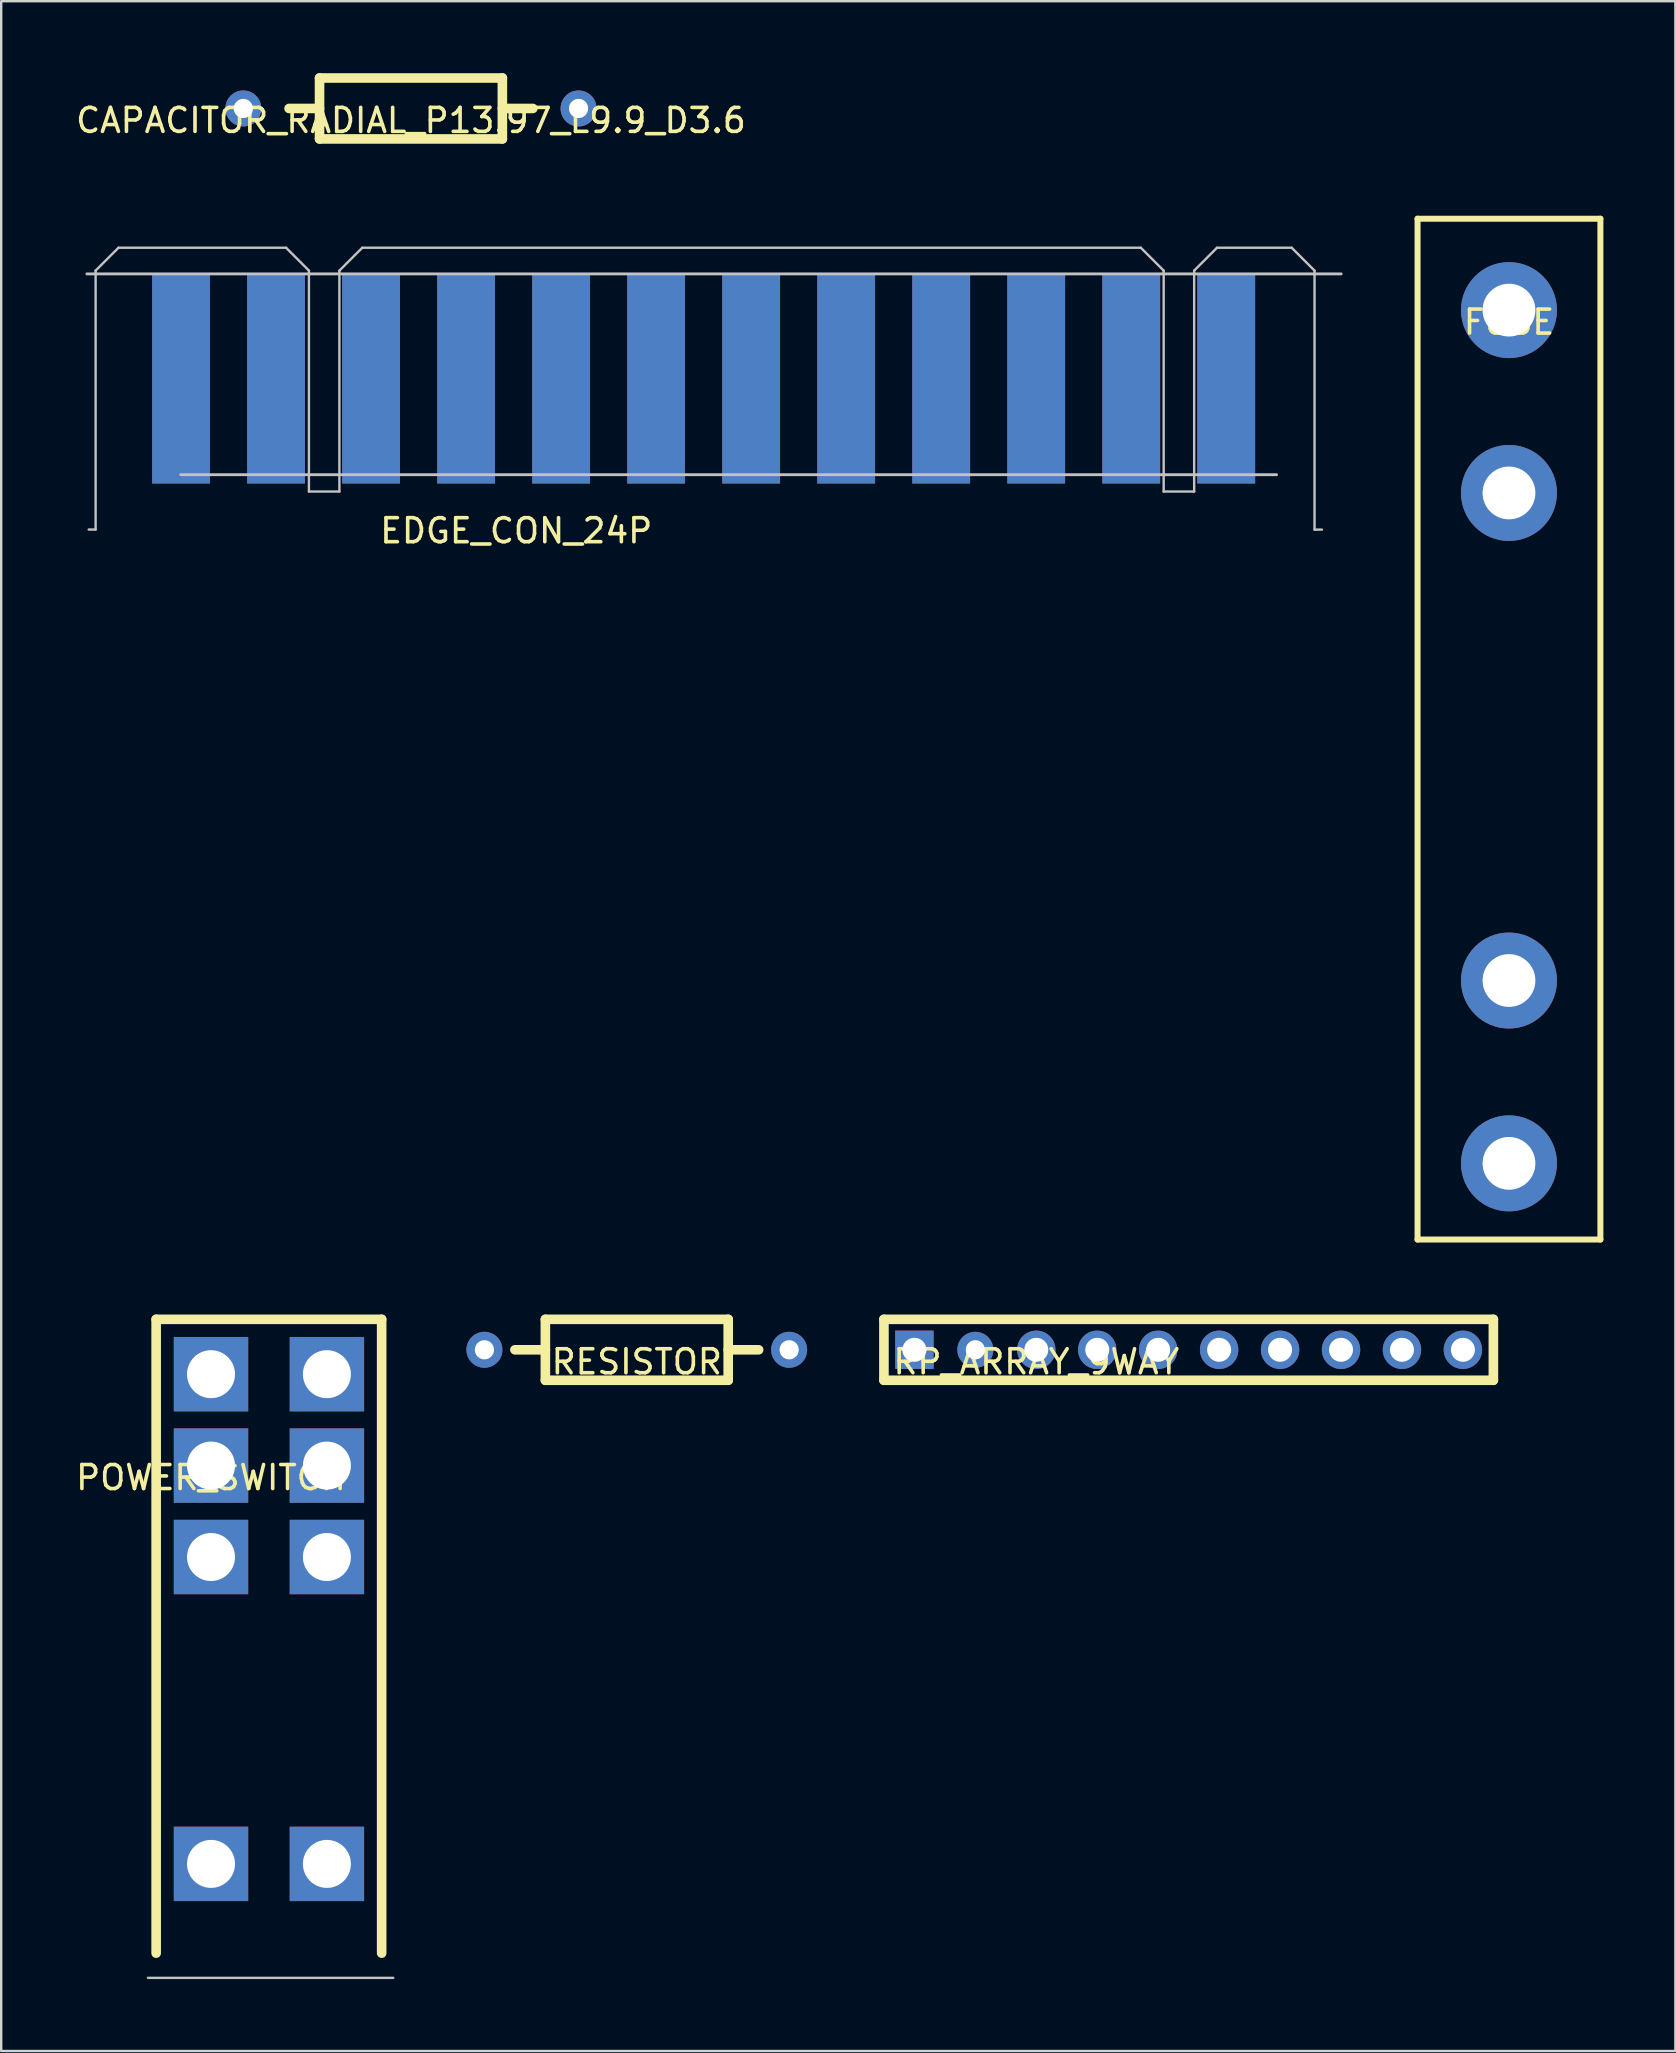
<source format=kicad_pcb>
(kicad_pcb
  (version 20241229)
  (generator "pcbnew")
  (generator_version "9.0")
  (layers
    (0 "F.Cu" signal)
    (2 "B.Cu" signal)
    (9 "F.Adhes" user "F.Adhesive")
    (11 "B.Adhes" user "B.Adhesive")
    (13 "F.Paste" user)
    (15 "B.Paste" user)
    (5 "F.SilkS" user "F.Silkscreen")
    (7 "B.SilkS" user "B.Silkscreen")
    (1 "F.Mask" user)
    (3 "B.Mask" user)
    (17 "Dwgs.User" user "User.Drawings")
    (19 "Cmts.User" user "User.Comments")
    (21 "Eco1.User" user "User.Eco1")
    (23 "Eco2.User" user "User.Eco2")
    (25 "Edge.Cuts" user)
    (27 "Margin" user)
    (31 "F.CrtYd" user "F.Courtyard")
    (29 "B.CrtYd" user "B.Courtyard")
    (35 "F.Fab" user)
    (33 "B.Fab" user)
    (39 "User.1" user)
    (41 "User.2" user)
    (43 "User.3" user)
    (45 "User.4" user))
  (footprint "EDGE_CON_24P"
    (layer "F.Cu")
    (at 4.495 12.34)
    (property "Reference" "EDGE_CON_24P" (at 13.97 6.731 0) (layer "F.SilkS") (effects (font (size 1 1) (thickness 0.15))))
    (attr through_hole)
    (fp_poly (pts (xy -4.445 -6.35) (xy 48.26 -6.35) (xy 48.26 5.08) (xy -4.445 5.08)) (stroke (width 0.1) (type solid)) (fill yes) (layer "F.Mask"))
    (fp_poly (pts (xy -4.445 5.08) (xy 48.26 5.08) (xy 48.26 -6.35) (xy -4.445 -6.35)) (stroke (width 0.1) (type solid)) (fill yes) (layer "B.Mask"))
    (fp_line (start -3.924 -3.975) (end 48.349 -3.975) (stroke (width 0.12) (type solid)) (layer "Dwgs.User"))
    (fp_line (start -3.56 -4.112) (end -2.607 -5.065) (stroke (width 0.1) (type solid)) (layer "Dwgs.User"))
    (fp_line (start -3.56 6.68) (end -3.848 6.68) (stroke (width 0.1) (type solid)) (layer "Dwgs.User"))
    (fp_line (start -3.56 6.68) (end -3.56 -4.112) (stroke (width 0.1) (type solid)) (layer "Dwgs.User"))
    (fp_line (start -2.607 -5.065) (end 4.378 -5.065) (stroke (width 0.1) (type solid)) (layer "Dwgs.User"))
    (fp_line (start -0.013 4.394) (end 45.657 4.394) (stroke (width 0.12) (type solid)) (layer "Dwgs.User"))
    (fp_line (start 4.378 -5.065) (end 5.33 -4.112) (stroke (width 0.1) (type solid)) (layer "Dwgs.User"))
    (fp_line (start 5.33 -4.112) (end 5.33 5.095) (stroke (width 0.1) (type solid)) (layer "Dwgs.User"))
    (fp_line (start 5.33 5.095) (end 6.6 5.095) (stroke (width 0.1) (type solid)) (layer "Dwgs.User"))
    (fp_line (start 6.6 -4.112) (end 7.553 -5.065) (stroke (width 0.1) (type solid)) (layer "Dwgs.User"))
    (fp_line (start 6.6 5.095) (end 6.6 -4.112) (stroke (width 0.1) (type solid)) (layer "Dwgs.User"))
    (fp_line (start 7.553 -5.065) (end 40.001 -5.065) (stroke (width 0.1) (type solid)) (layer "Dwgs.User"))
    (fp_line (start 40.953 -4.112) (end 40.001 -5.065) (stroke (width 0.1) (type solid)) (layer "Dwgs.User"))
    (fp_line (start 40.953 -4.112) (end 40.953 5.095) (stroke (width 0.1) (type solid)) (layer "Dwgs.User"))
    (fp_line (start 40.953 5.095) (end 42.224 5.095) (stroke (width 0.1) (type solid)) (layer "Dwgs.User"))
    (fp_line (start 42.224 -4.112) (end 43.176 -5.065) (stroke (width 0.1) (type solid)) (layer "Dwgs.User"))
    (fp_line (start 42.224 5.095) (end 42.224 -4.112) (stroke (width 0.1) (type solid)) (layer "Dwgs.User"))
    (fp_line (start 43.176 -5.065) (end 46.288 -5.065) (stroke (width 0.1) (type solid)) (layer "Dwgs.User"))
    (fp_line (start 46.288 -5.065) (end 47.24 -4.112) (stroke (width 0.1) (type solid)) (layer "Dwgs.User"))
    (fp_line (start 47.24 -4.112) (end 47.24 6.683) (stroke (width 0.1) (type solid)) (layer "Dwgs.User"))
    (fp_line (start 47.24 6.683) (end 47.549 6.683) (stroke (width 0.1) (type solid)) (layer "Dwgs.User"))
    (pad "1" connect rect (at 43.56 0.381) (size 2.41 8.76) (layers "F.Cu" "F.Mask"))
    (pad "2" connect rect (at 39.6 0.381) (size 2.41 8.76) (layers "F.Cu" "F.Mask"))
    (pad "3" connect rect (at 35.64 0.381) (size 2.41 8.76) (layers "F.Cu" "F.Mask"))
    (pad "4" connect rect (at 31.68 0.381) (size 2.41 8.76) (layers "F.Cu" "F.Mask"))
    (pad "5" connect rect (at 27.72 0.381) (size 2.41 8.76) (layers "F.Cu" "F.Mask"))
    (pad "6" connect rect (at 23.76 0.381) (size 2.41 8.76) (layers "F.Cu" "F.Mask"))
    (pad "7" connect rect (at 19.8 0.381) (size 2.41 8.76) (layers "F.Cu" "F.Mask"))
    (pad "8" connect rect (at 15.84 0.381) (size 2.41 8.76) (layers "F.Cu" "F.Mask"))
    (pad "9" connect rect (at 11.88 0.381) (size 2.41 8.76) (layers "F.Cu" "F.Mask"))
    (pad "10" connect rect (at 7.92 0.381) (size 2.41 8.76) (layers "F.Cu" "F.Mask"))
    (pad "11" connect rect (at 3.96 0.381) (size 2.41 8.76) (layers "F.Cu" "F.Mask"))
    (pad "12" connect rect (at 0 0.381) (size 2.41 8.76) (layers "F.Cu" "F.Mask"))
    (pad "A" connect rect (at 43.56 0.381) (size 2.41 8.76) (layers "F.Mask" "B.Cu"))
    (pad "B" connect rect (at 39.6 0.381) (size 2.41 8.76) (layers "F.Mask" "B.Cu"))
    (pad "C" connect rect (at 35.64 0.381) (size 2.41 8.76) (layers "F.Mask" "B.Cu"))
    (pad "D" connect rect (at 31.68 0.381) (size 2.41 8.76) (layers "F.Mask" "B.Cu"))
    (pad "E" connect rect (at 27.72 0.381) (size 2.41 8.76) (layers "F.Mask" "B.Cu"))
    (pad "F" connect rect (at 23.76 0.381) (size 2.41 8.76) (layers "F.Mask" "B.Cu"))
    (pad "H" connect rect (at 19.8 0.381) (size 2.41 8.76) (layers "F.Mask" "B.Cu"))
    (pad "J" connect rect (at 15.84 0.381) (size 2.41 8.76) (layers "F.Mask" "B.Cu"))
    (pad "K" connect rect (at 11.88 0.381) (size 2.41 8.76) (layers "F.Mask" "B.Cu"))
    (pad "L" connect rect (at 7.92 0.381) (size 2.41 8.76) (layers "F.Mask" "B.Cu"))
    (pad "M" connect rect (at 3.96 0.381) (size 2.41 8.76) (layers "F.Mask" "B.Cu"))
    (pad "N" connect rect (at 0 0.381) (size 2.41 8.76) (layers "F.Mask" "B.Cu")))
  (footprint "CAPACITOR_RADIAL_P13.97_L9.9_D3.6"
    (layer "F.Cu")
    (at 7.092 1.47)
    (property "Reference" "CAPACITOR_RADIAL_P13.97_L9.9_D3.6" (at 6.985 0.5 0) (layer "F.SilkS") (effects (font (size 1 1) (thickness 0.15))))
    (attr through_hole)
    (fp_line (start 1.905 0) (end 3.175 0) (stroke (width 0.4) (type solid)) (layer "F.SilkS"))
    (fp_line (start 3.175 -1.27) (end 10.795 -1.27) (stroke (width 0.4) (type solid)) (layer "F.SilkS"))
    (fp_line (start 3.175 1.27) (end 3.175 -1.27) (stroke (width 0.4) (type solid)) (layer "F.SilkS"))
    (fp_line (start 10.795 -1.27) (end 10.795 1.27) (stroke (width 0.4) (type solid)) (layer "F.SilkS"))
    (fp_line (start 10.795 0) (end 12.065 0) (stroke (width 0.4) (type solid)) (layer "F.SilkS"))
    (fp_line (start 10.795 1.27) (end 3.175 1.27) (stroke (width 0.4) (type solid)) (layer "F.SilkS"))
    (pad "1" thru_hole circle (at 0 0) (size 1.5 1.5) (drill 0.8) (layers "*.Cu" "*.Mask"))
    (pad "2" thru_hole circle (at 13.97 0) (size 1.5 1.5) (drill 0.8) (layers "*.Cu" "*.Mask")))
  (footprint "FUSE"
    (layer "F.Cu")
    (at 59.839 9.875)
    (property "Reference" "FUSE" (at 0 0.5 0) (layer "F.SilkS") (effects (font (size 1 1) (thickness 0.15))))
    (attr through_hole)
    (fp_line (start -3.81 -3.81) (end -3.81 38.735) (stroke (width 0.25) (type solid)) (layer "F.SilkS"))
    (fp_line (start -3.81 38.735) (end 3.81 38.735) (stroke (width 0.25) (type solid)) (layer "F.SilkS"))
    (fp_line (start 3.81 -3.81) (end -3.81 -3.81) (stroke (width 0.25) (type solid)) (layer "F.SilkS"))
    (fp_line (start 3.81 38.735) (end 3.81 -3.81) (stroke (width 0.25) (type solid)) (layer "F.SilkS"))
    (pad "1" thru_hole circle (at 0 0) (size 4 4) (drill 2.2) (layers "*.Cu" "*.Mask"))
    (pad "1" thru_hole circle (at 0 7.62) (size 4 4) (drill 2.2) (layers "*.Cu" "*.Mask"))
    (pad "2" thru_hole circle (at 0 27.94) (size 4 4) (drill 2.2) (layers "*.Cu" "*.Mask"))
    (pad "2" thru_hole circle (at 0 35.56) (size 4 4) (drill 2.2) (layers "*.Cu" "*.Mask")))
  (footprint "POWER_SWITCH"
    (layer "F.Cu")
    (at 5.744 58.031)
    (property "Reference" "POWER_SWITCH" (at 0 0.5 0) (layer "F.SilkS") (effects (font (size 1 1) (thickness 0.15))))
    (attr through_hole)
    (fp_line (start -2.286 -6.096) (end -2.286 20.32) (stroke (width 0.4) (type solid)) (layer "F.SilkS"))
    (fp_line (start 7.112 -6.096) (end -2.286 -6.096) (stroke (width 0.4) (type solid)) (layer "F.SilkS"))
    (fp_line (start 7.112 -6.096) (end 7.112 20.32) (stroke (width 0.4) (type solid)) (layer "F.SilkS"))
    (fp_line (start 7.595 21.349) (end -2.629 21.349) (stroke (width 0.1) (type solid)) (layer "Dwgs.User"))
    (pad "1" thru_hole rect (at 0 0) (size 3.1 3.1) (drill 2) (layers "*.Cu" "*.Mask"))
    (pad "2" thru_hole rect (at 0 3.81) (size 3.1 3.1) (drill 2) (layers "*.Cu" "*.Mask"))
    (pad "3" thru_hole rect (at 0 -3.81) (size 3.1 3.1) (drill 2) (layers "*.Cu" "*.Mask"))
    (pad "4" thru_hole rect (at 4.83 0) (size 3.1 3.1) (drill 2) (layers "*.Cu" "*.Mask"))
    (pad "5" thru_hole rect (at 4.83 3.81) (size 3.1 3.1) (drill 2) (layers "*.Cu" "*.Mask"))
    (pad "6" thru_hole rect (at 4.83 -3.81) (size 3.1 3.1) (drill 2) (layers "*.Cu" "*.Mask"))
    (pad "pe" thru_hole rect (at 0 16.6) (size 3.1 3.1) (drill 2) (layers "*.Cu" "*.Mask"))
    (pad "pe" thru_hole rect (at 4.83 16.6) (size 3.1 3.1) (drill 2) (layers "*.Cu" "*.Mask")))
  (footprint "RESISTOR"
    (layer "F.Cu")
    (at 17.139 53.205)
    (property "Reference" "RESISTOR" (at 6.35 0.5 0) (layer "F.SilkS") (effects (font (size 1 1) (thickness 0.15))))
    (attr through_hole)
    (fp_line (start 1.27 0) (end 2.54 0) (stroke (width 0.4) (type solid)) (layer "F.SilkS"))
    (fp_line (start 2.54 -1.27) (end 10.16 -1.27) (stroke (width 0.4) (type solid)) (layer "F.SilkS"))
    (fp_line (start 2.54 1.27) (end 2.54 -1.27) (stroke (width 0.4) (type solid)) (layer "F.SilkS"))
    (fp_line (start 10.16 -1.27) (end 10.16 1.27) (stroke (width 0.4) (type solid)) (layer "F.SilkS"))
    (fp_line (start 10.16 0) (end 11.43 0) (stroke (width 0.4) (type solid)) (layer "F.SilkS"))
    (fp_line (start 10.16 1.27) (end 2.54 1.27) (stroke (width 0.4) (type solid)) (layer "F.SilkS"))
    (pad "1" thru_hole circle (at 0 0) (size 1.5 1.5) (drill 0.8) (layers "*.Cu" "*.Mask"))
    (pad "2" thru_hole circle (at 12.7 0) (size 1.5 1.5) (drill 0.8) (layers "*.Cu" "*.Mask")))
  (footprint "RP_ARRAY_9WAY"
    (layer "F.Cu")
    (at 35.059 53.205)
    (property "Reference" "RP_ARRAY_9WAY" (at 5.08 0.5 0) (layer "F.SilkS") (effects (font (size 1 1) (thickness 0.15))))
    (attr through_hole)
    (fp_line (start -1.27 -1.27) (end -1.27 1.27) (stroke (width 0.4) (type solid)) (layer "F.SilkS"))
    (fp_line (start -1.27 -1.27) (end 24.13 -1.27) (stroke (width 0.4) (type solid)) (layer "F.SilkS"))
    (fp_line (start -1.27 1.27) (end 24.13 1.27) (stroke (width 0.4) (type solid)) (layer "F.SilkS"))
    (fp_line (start 24.13 -1.27) (end 24.13 1.27) (stroke (width 0.4) (type solid)) (layer "F.SilkS"))
    (pad "1" thru_hole rect (at 0 0) (size 1.6 1.6) (drill 1) (layers "*.Cu" "*.Mask"))
    (pad "2" thru_hole circle (at 2.54 0) (size 1.5 1.5) (drill 0.8) (layers "*.Cu" "*.Mask"))
    (pad "3" thru_hole circle (at 5.08 0) (size 1.6 1.6) (drill 1) (layers "*.Cu" "*.Mask"))
    (pad "4" thru_hole circle (at 7.62 0) (size 1.6 1.6) (drill 1) (layers "*.Cu" "*.Mask"))
    (pad "5" thru_hole circle (at 10.16 0) (size 1.6 1.6) (drill 1) (layers "*.Cu" "*.Mask"))
    (pad "6" thru_hole circle (at 12.7 0) (size 1.6 1.6) (drill 1) (layers "*.Cu" "*.Mask"))
    (pad "7" thru_hole circle (at 15.24 0) (size 1.6 1.6) (drill 1) (layers "*.Cu" "*.Mask"))
    (pad "8" thru_hole circle (at 17.78 0) (size 1.6 1.6) (drill 1) (layers "*.Cu" "*.Mask"))
    (pad "9" thru_hole circle (at 20.32 0) (size 1.6 1.6) (drill 1) (layers "*.Cu" "*.Mask"))
    (pad "10" thru_hole circle (at 22.86 0) (size 1.6 1.6) (drill 1) (layers "*.Cu" "*.Mask")))
  (gr_rect
    (start -3 -3)
    (end 66.774 82.43)
    (stroke (width 0.1) (type default))
    (fill no)
    (layer "Edge.Cuts")))
</source>
